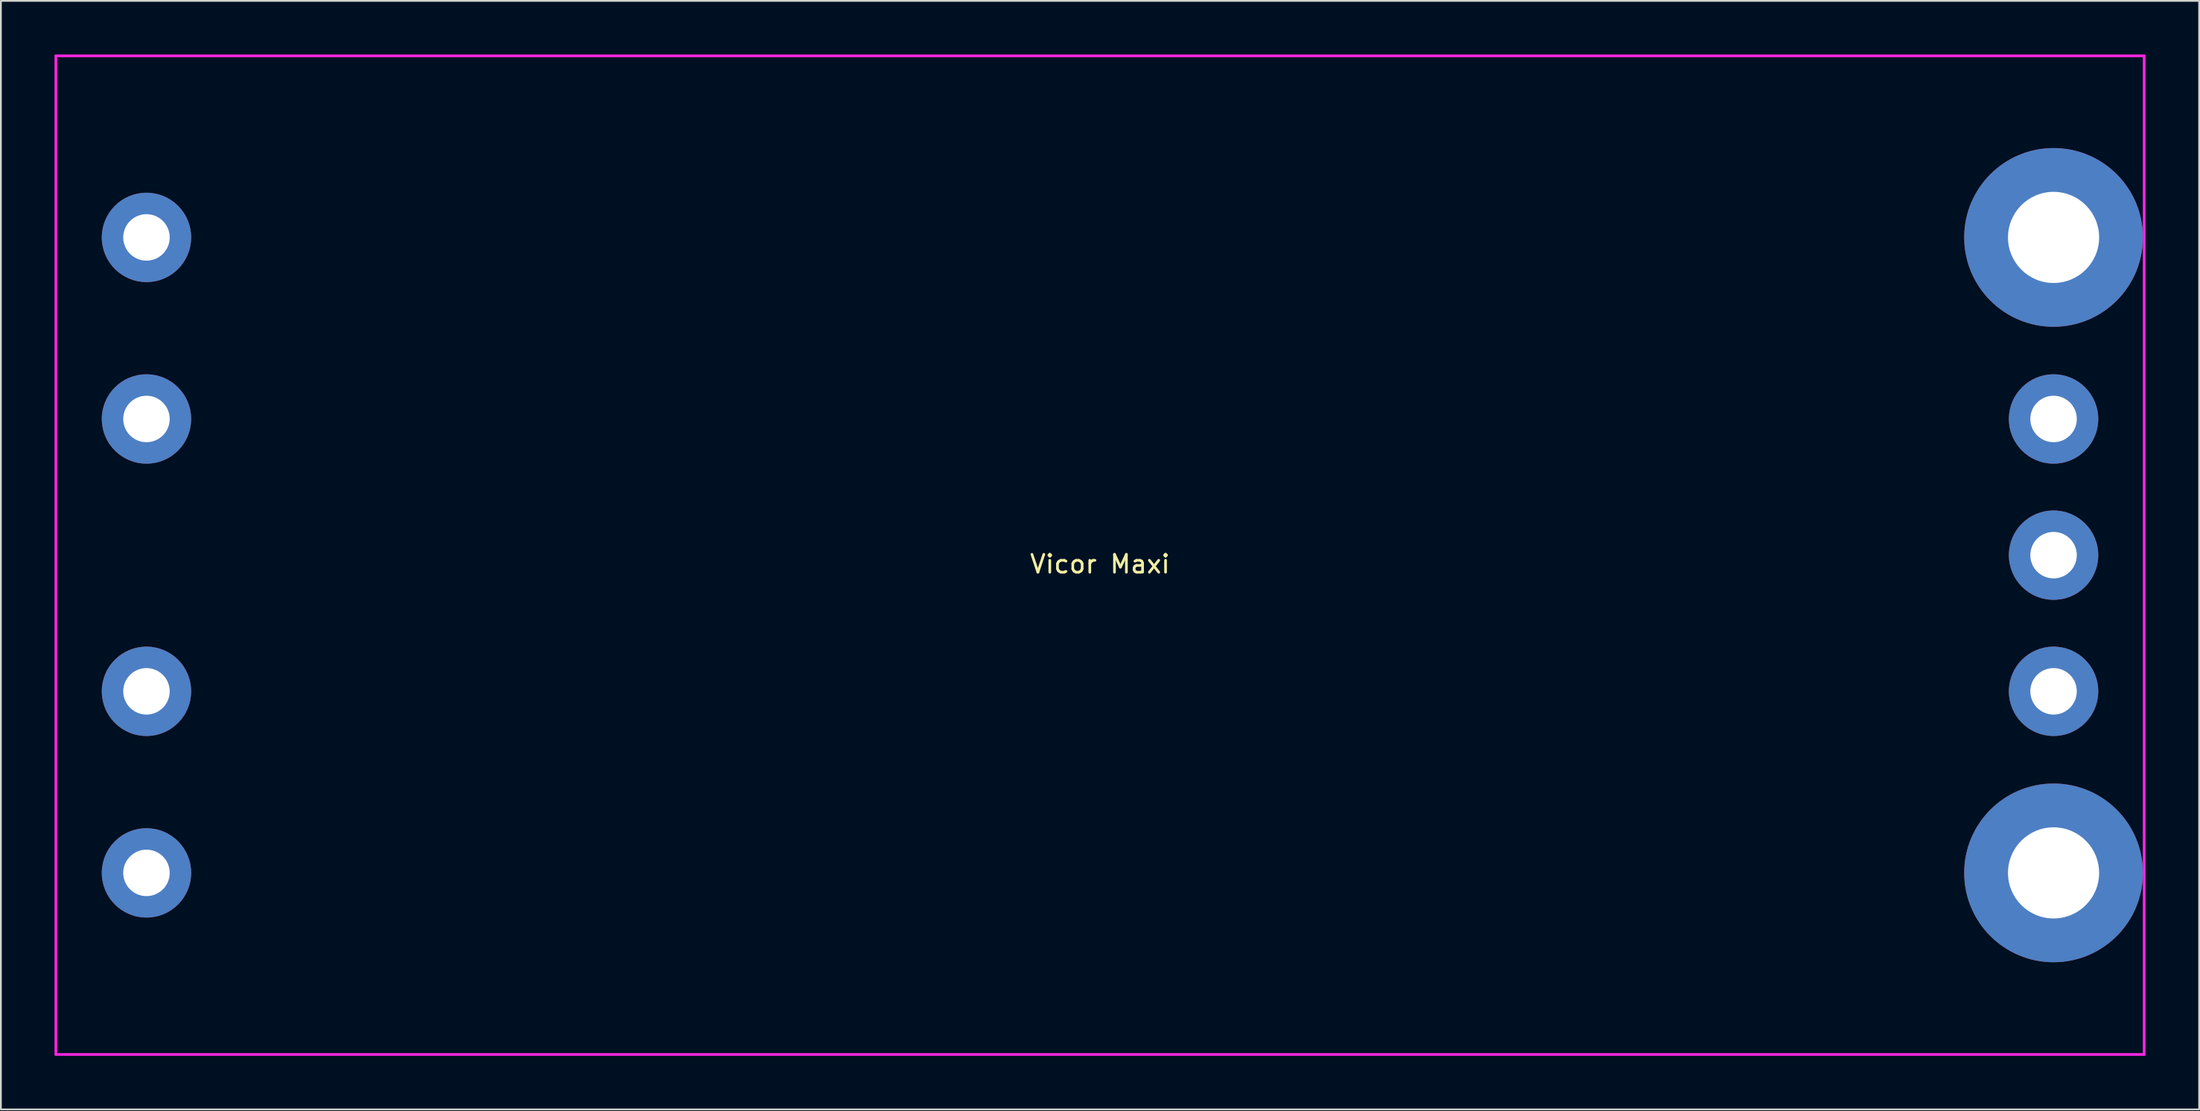
<source format=kicad_pcb>
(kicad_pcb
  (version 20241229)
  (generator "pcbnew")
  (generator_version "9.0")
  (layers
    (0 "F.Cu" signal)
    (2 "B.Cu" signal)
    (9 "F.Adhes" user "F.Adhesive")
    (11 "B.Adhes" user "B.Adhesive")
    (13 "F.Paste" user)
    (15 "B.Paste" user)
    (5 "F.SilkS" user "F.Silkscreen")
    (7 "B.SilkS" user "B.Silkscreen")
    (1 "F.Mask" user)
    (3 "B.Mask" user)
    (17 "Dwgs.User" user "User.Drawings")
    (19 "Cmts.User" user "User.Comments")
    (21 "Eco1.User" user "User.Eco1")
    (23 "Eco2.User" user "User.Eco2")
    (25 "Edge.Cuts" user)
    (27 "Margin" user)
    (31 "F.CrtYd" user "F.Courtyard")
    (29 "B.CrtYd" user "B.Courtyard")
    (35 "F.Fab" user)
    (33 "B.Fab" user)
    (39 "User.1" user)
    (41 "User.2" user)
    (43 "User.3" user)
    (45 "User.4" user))
  (footprint "Vicor Maxi"
    (layer "F.Cu")
    (at 58.495 28.015)
    (property "Reference" "Vicor Maxi" (at 0 0.5 0) (layer "F.SilkS") (effects (font (size 1 1) (thickness 0.15))))
    (attr through_hole)
    (fp_line (start -58.42 27.94) (end -58.42 -27.94) (stroke (width 0.15) (type solid)) (layer "F.CrtYd"))
    (fp_line (start -58.42 27.94) (end 58.42 27.94) (stroke (width 0.15) (type solid)) (layer "F.CrtYd"))
    (fp_line (start 58.42 -27.94) (end -58.42 -27.94) (stroke (width 0.15) (type solid)) (layer "F.CrtYd"))
    (fp_line (start 58.42 27.94) (end 58.42 -27.94) (stroke (width 0.15) (type solid)) (layer "F.CrtYd"))
    (pad "1" thru_hole circle (at -53.35 17.78) (size 5 5) (drill 2.6) (layers "*.Cu" "*.Mask"))
    (pad "2" thru_hole circle (at -53.35 7.62) (size 5 5) (drill 2.6) (layers "*.Cu" "*.Mask"))
    (pad "3" thru_hole circle (at -53.35 -7.62) (size 5 5) (drill 2.6) (layers "*.Cu" "*.Mask"))
    (pad "4" thru_hole circle (at -53.35 -17.78) (size 5 5) (drill 2.6) (layers "*.Cu" "*.Mask"))
    (pad "5" thru_hole circle (at 53.35 -17.78) (size 10 10) (drill 5.1) (layers "*.Cu" "*.Mask"))
    (pad "6" thru_hole circle (at 53.35 -7.62) (size 5 5) (drill 2.6) (layers "*.Cu" "*.Mask"))
    (pad "7" thru_hole circle (at 53.35 0) (size 5 5) (drill 2.6) (layers "*.Cu" "*.Mask"))
    (pad "8" thru_hole circle (at 53.35 7.62) (size 5 5) (drill 2.6) (layers "*.Cu" "*.Mask"))
    (pad "9" thru_hole circle (at 53.35 17.78) (size 10 10) (drill 5.1) (layers "*.Cu" "*.Mask")))
  (gr_rect
    (start -3 -3)
    (end 119.99 59.03)
    (stroke (width 0.1) (type default))
    (fill no)
    (layer "Edge.Cuts")))
</source>
